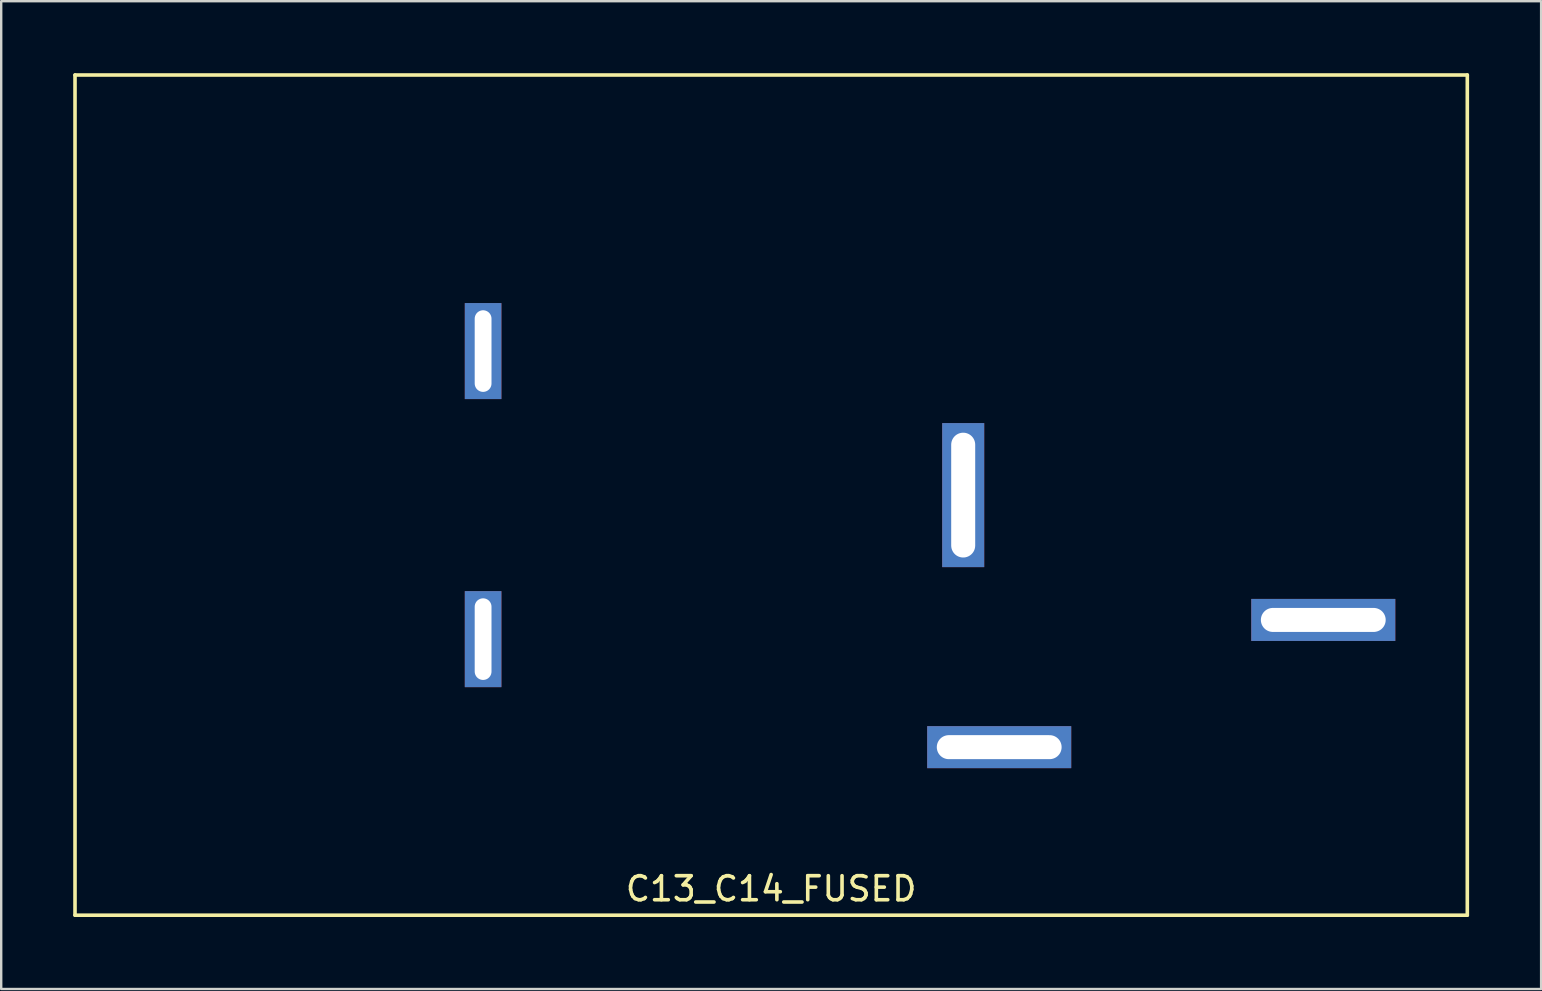
<source format=kicad_pcb>
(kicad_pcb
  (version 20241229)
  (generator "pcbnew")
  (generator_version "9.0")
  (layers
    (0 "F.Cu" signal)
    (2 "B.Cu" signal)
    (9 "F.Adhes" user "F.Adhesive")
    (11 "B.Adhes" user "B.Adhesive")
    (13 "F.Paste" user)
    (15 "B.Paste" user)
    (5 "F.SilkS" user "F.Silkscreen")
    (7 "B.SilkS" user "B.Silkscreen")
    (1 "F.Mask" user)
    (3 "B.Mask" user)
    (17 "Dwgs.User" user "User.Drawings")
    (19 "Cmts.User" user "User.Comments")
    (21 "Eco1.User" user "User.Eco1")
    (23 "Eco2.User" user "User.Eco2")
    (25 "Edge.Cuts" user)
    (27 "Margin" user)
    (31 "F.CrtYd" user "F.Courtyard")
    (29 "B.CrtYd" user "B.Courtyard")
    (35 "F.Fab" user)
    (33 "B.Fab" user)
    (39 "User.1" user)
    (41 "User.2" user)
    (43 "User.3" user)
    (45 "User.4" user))
  (footprint "C13_C14_FUSED"
    (layer "F.Cu")
    (at 29.075 17.575)
    (property "Reference" "C13_C14_FUSED" (at 0 16.4 0) (layer "F.SilkS") (effects (font (size 1 1) (thickness 0.15))))
    (attr through_hole)
    (fp_line (start -29 -17.5) (end 29 -17.5) (stroke (width 0.15) (type solid)) (layer "F.SilkS"))
    (fp_line (start -29 17.5) (end -29 -17.5) (stroke (width 0.15) (type solid)) (layer "F.SilkS"))
    (fp_line (start 29 -17.5) (end 29 17.5) (stroke (width 0.15) (type solid)) (layer "F.SilkS"))
    (fp_line (start 29 17.5) (end -29 17.5) (stroke (width 0.15) (type solid)) (layer "F.SilkS"))
    (pad "1" thru_hole rect (at -12 -6) (size 1.524 4) (drill oval 0.7 3.4) (layers "*.Cu" "*.Mask"))
    (pad "2" thru_hole rect (at -12 6) (size 1.524 4) (drill oval 0.7 3.4) (layers "*.Cu" "*.Mask"))
    (pad "3" thru_hole rect (at 23 5.2) (size 6 1.75) (drill oval 5.2 1) (layers "*.Cu" "*.Mask"))
    (pad "4" thru_hole rect (at 9.5 10.5) (size 6 1.75) (drill oval 5.2 1) (layers "*.Cu" "*.Mask"))
    (pad "5" thru_hole rect (at 8 0) (size 1.75 6) (drill oval 1 5.2) (layers "*.Cu" "*.Mask")))
  (gr_rect
    (start -3 -3)
    (end 61.15 38.15)
    (stroke (width 0.1) (type default))
    (fill no)
    (layer "Edge.Cuts")))
</source>
